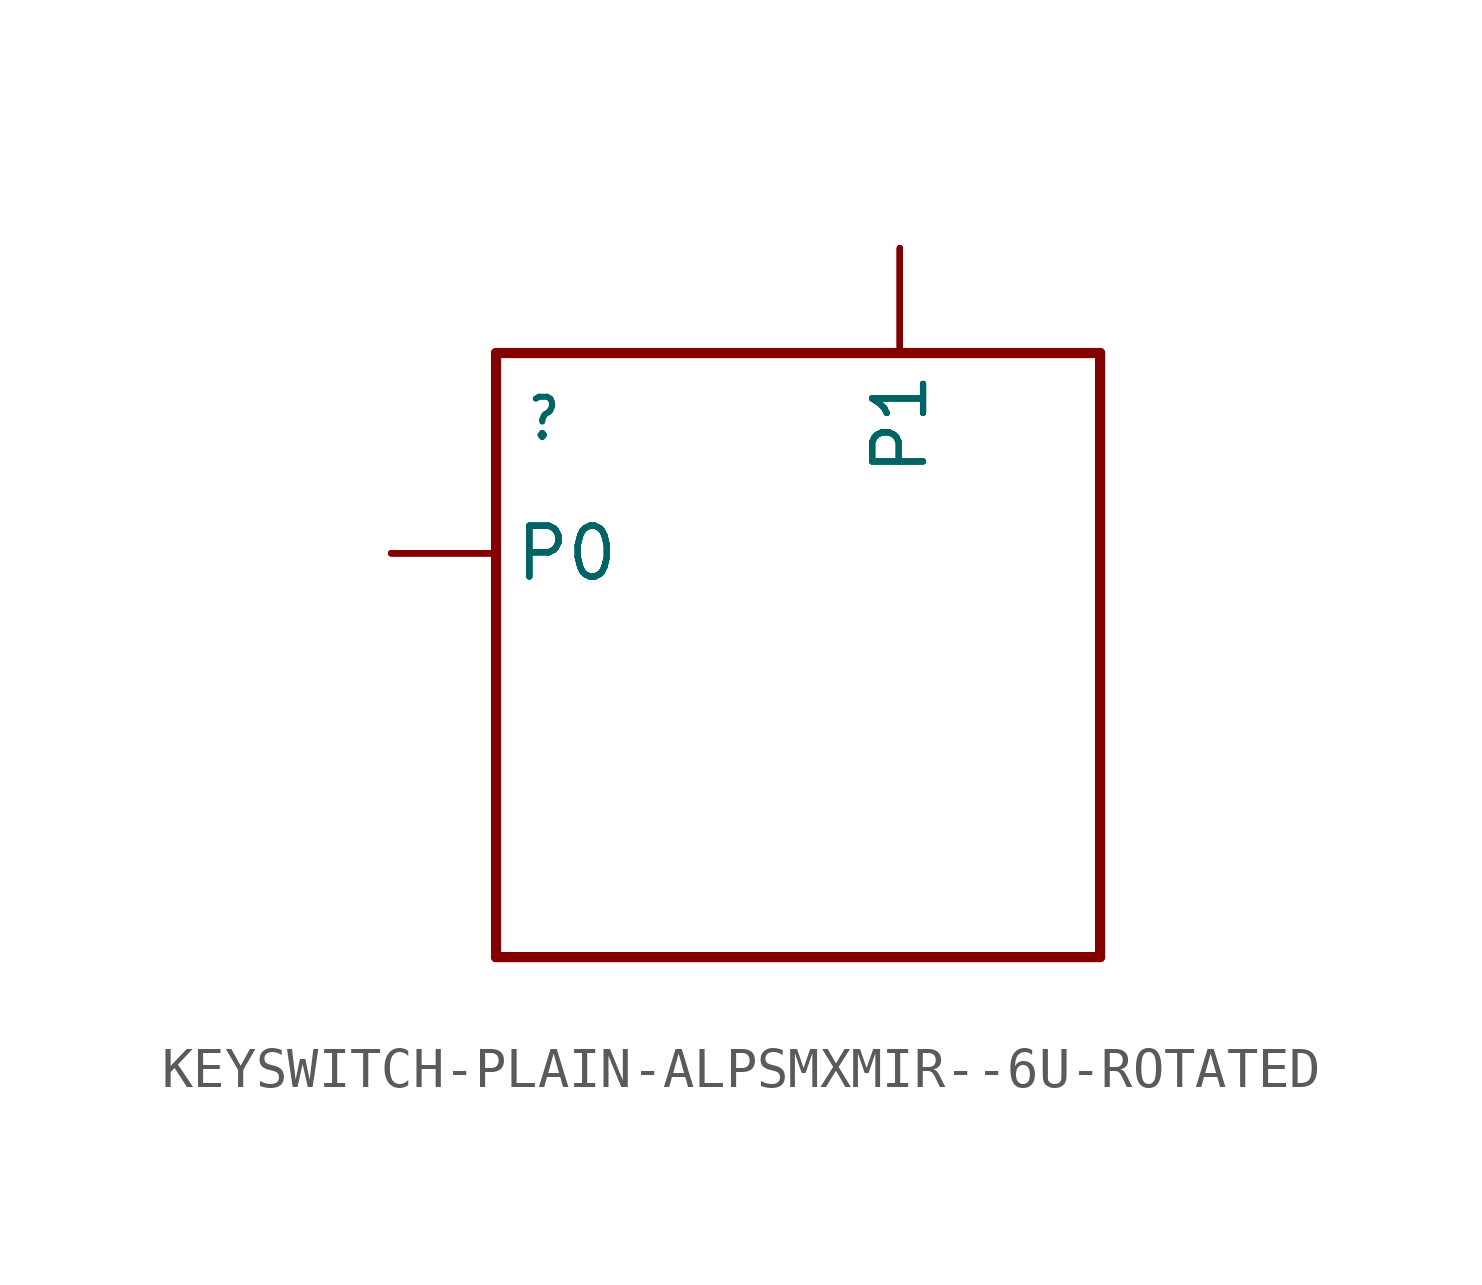
<source format=kicad_sym>
(kicad_symbol_lib
  (version 20211014)
  (generator kicad_symbol_editor)
  (symbol "KEYSWITCH-PLAIN-ALPSMXMIR--6U-ROTATED"
    (property "Reference" ""
      (at -6.81 5.318 0)
      (effects (font (size 1 0.85)) (justify left bottom)))
    (property "ki_locked" ""
      (at 0 0 0)
      (effects (font (size 1.27 1.27))))
    (symbol "KEYSWITCH-PLAIN-ALPSMXMIR--6U-ROTATED_1_0"
      (polyline (pts (xy -7.54 -7.54) (xy -7.54 7.54)) (stroke (width 0.254) (type default) (color 0 0 0 0)) (fill (type none)))
      (polyline (pts (xy -7.54 7.54) (xy 7.54 7.54)) (stroke (width 0.254) (type default) (color 0 0 0 0)) (fill (type none)))
      (polyline (pts (xy 7.54 -7.54) (xy -7.54 -7.54)) (stroke (width 0.254) (type default) (color 0 0 0 0)) (fill (type none)))
      (polyline (pts (xy 7.54 7.54) (xy 7.54 -7.54)) (stroke (width 0.254) (type default) (color 0 0 0 0)) (fill (type none)))
      (pin bidirectional line (at -10.16 2.54 0) (length 2.54) (name "P0" (effects (font (size 1.27 1.27)))) (number "ALPS1" (effects (font (size 0 0)))))
      (pin bidirectional line (at 2.54 10.16 270) (length 2.54) (name "P1" (effects (font (size 1.27 1.27)))) (number "ALPS2" (effects (font (size 0 0)))))
      (pin bidirectional line (at -10.16 2.54 0) (length 2.54) (name "P0" (effects (font (size 1.27 1.27)))) (number "ALPS3" (effects (font (size 0 0)))))
      (pin bidirectional line (at 2.54 10.16 270) (length 2.54) (name "P1" (effects (font (size 1.27 1.27)))) (number "ALPS4" (effects (font (size 0 0)))))
      (pin bidirectional line (at -10.16 2.54 0) (length 2.54) (name "P0" (effects (font (size 1.27 1.27)))) (number "MX1" (effects (font (size 0 0)))))
      (pin bidirectional line (at 2.54 10.16 270) (length 2.54) (name "P1" (effects (font (size 1.27 1.27)))) (number "MX2" (effects (font (size 0 0)))))
      (pin bidirectional line (at -10.16 2.54 0) (length 2.54) (name "P0" (effects (font (size 1.27 1.27)))) (number "MX3" (effects (font (size 0 0)))))
      (pin bidirectional line (at 2.54 10.16 270) (length 2.54) (name "P1" (effects (font (size 1.27 1.27)))) (number "MX4" (effects (font (size 0 0))))))))
</source>
